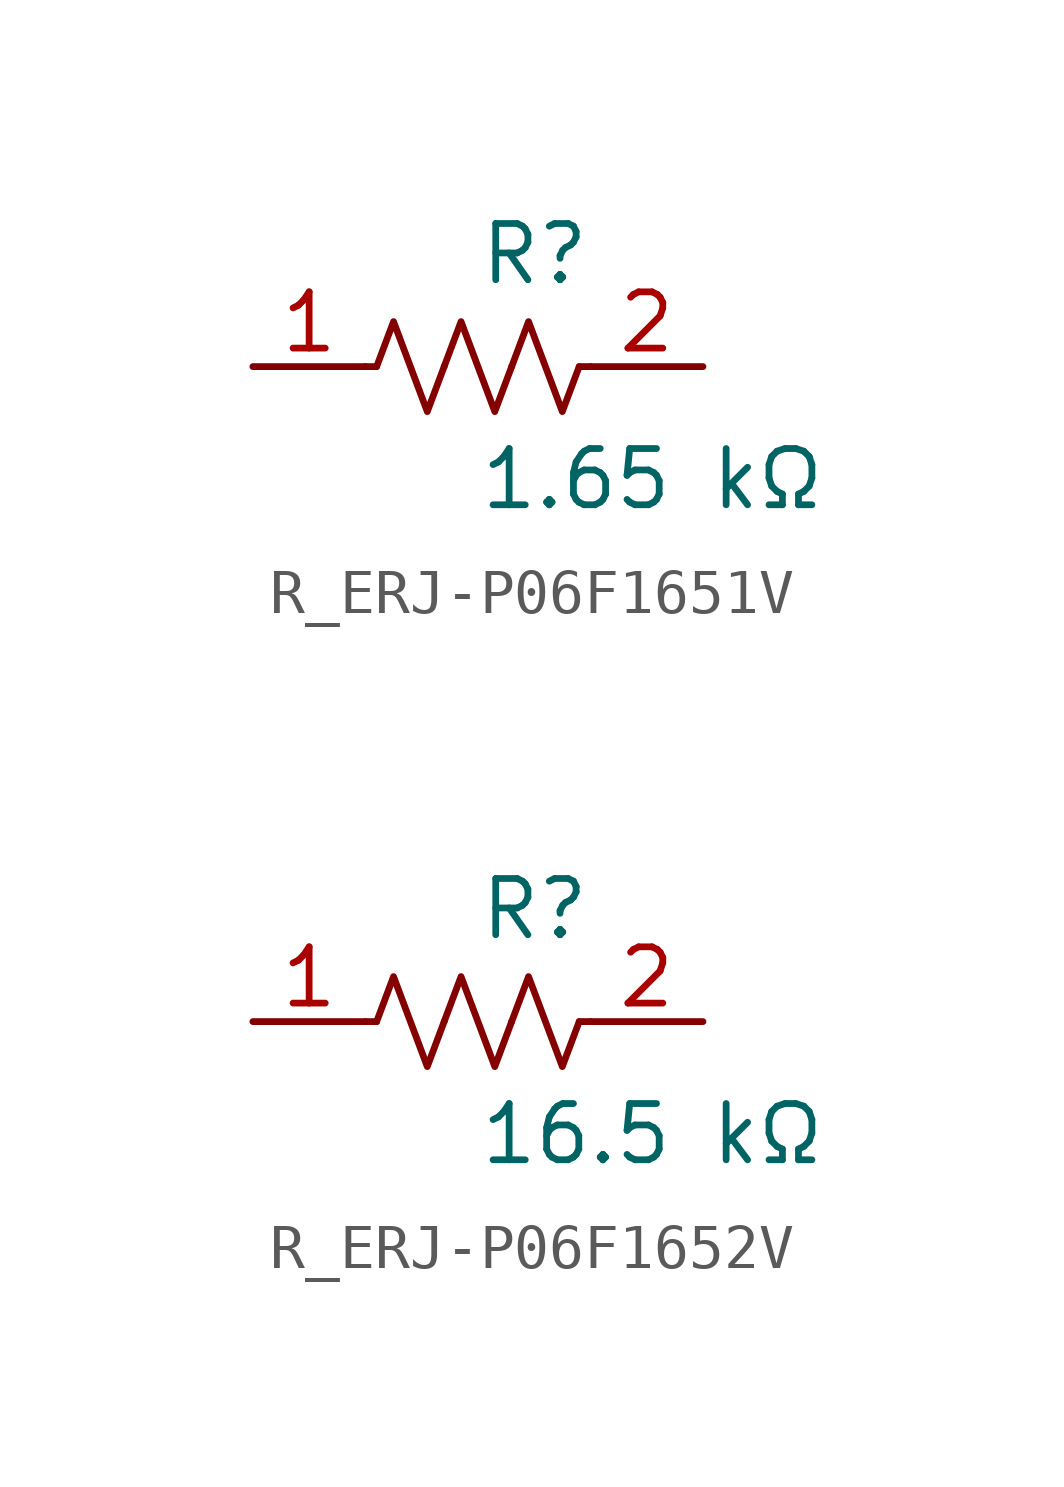
<source format=kicad_sym>
(kicad_symbol_lib
  (version 20231120)
  (generator kicad_symbol_editor)
  (generator_version 8.0)
  (symbol "R_ERJ-P06F1651V"
    (pin_names
      (offset 0.254))
    (property "Reference" "R"
      (at 0.0 2.54 0)
      (effects (font (size 1.27 1.27)) (justify left)))
    (property "Value" "1.65 kΩ"
      (at 0.0 -2.54 0)
      (effects (font (size 1.27 1.27)) (justify left)))
    (symbol "R_ERJ-P06F1651V_0_1"
      (polyline (pts (xy 2.286 0) (xy 2.54 0)) (stroke (width 0) (type default)) (fill (type none)))
      (polyline (pts (xy -2.286 0) (xy -2.54 0)) (stroke (width 0) (type default)) (fill (type none)))
      (polyline (pts (xy 0.762 0) (xy 1.143 1.016) (xy 1.524 0) (xy 1.905 -1.016) (xy 2.286 0)) (stroke (width 0) (type default)) (fill (type none)))
      (polyline (pts (xy -0.762 0) (xy -0.381 1.016) (xy 0 0) (xy 0.381 -1.016) (xy 0.762 0)) (stroke (width 0) (type default)) (fill (type none)))
      (polyline (pts (xy -2.286 0) (xy -1.905 1.016) (xy -1.524 0) (xy -1.143 -1.016) (xy -0.762 0)) (stroke (width 0) (type default)) (fill (type none))))
    (pin unspecified line
      (at -5.08 0 0)
      (length 2.54)
      (name "" (effects (font (size 1.27 1.27))))
      (number "1" (effects (font (size 1.27 1.27)))))
    (pin unspecified line
      (at 5.08 0 180)
      (length 2.54)
      (name "" (effects (font (size 1.27 1.27))))
      (number "2" (effects (font (size 1.27 1.27))))))
  (symbol "R_ERJ-P06F1652V"
    (pin_names
      (offset 0.254))
    (property "Reference" "R"
      (at 0.0 2.54 0)
      (effects (font (size 1.27 1.27)) (justify left)))
    (property "Value" "16.5 kΩ"
      (at 0.0 -2.54 0)
      (effects (font (size 1.27 1.27)) (justify left)))
    (symbol "R_ERJ-P06F1652V_0_1"
      (polyline (pts (xy 2.286 0) (xy 2.54 0)) (stroke (width 0) (type default)) (fill (type none)))
      (polyline (pts (xy -2.286 0) (xy -2.54 0)) (stroke (width 0) (type default)) (fill (type none)))
      (polyline (pts (xy 0.762 0) (xy 1.143 1.016) (xy 1.524 0) (xy 1.905 -1.016) (xy 2.286 0)) (stroke (width 0) (type default)) (fill (type none)))
      (polyline (pts (xy -0.762 0) (xy -0.381 1.016) (xy 0 0) (xy 0.381 -1.016) (xy 0.762 0)) (stroke (width 0) (type default)) (fill (type none)))
      (polyline (pts (xy -2.286 0) (xy -1.905 1.016) (xy -1.524 0) (xy -1.143 -1.016) (xy -0.762 0)) (stroke (width 0) (type default)) (fill (type none))))
    (pin unspecified line
      (at -5.08 0 0)
      (length 2.54)
      (name "" (effects (font (size 1.27 1.27))))
      (number "1" (effects (font (size 1.27 1.27)))))
    (pin unspecified line
      (at 5.08 0 180)
      (length 2.54)
      (name "" (effects (font (size 1.27 1.27))))
      (number "2" (effects (font (size 1.27 1.27)))))))
</source>
